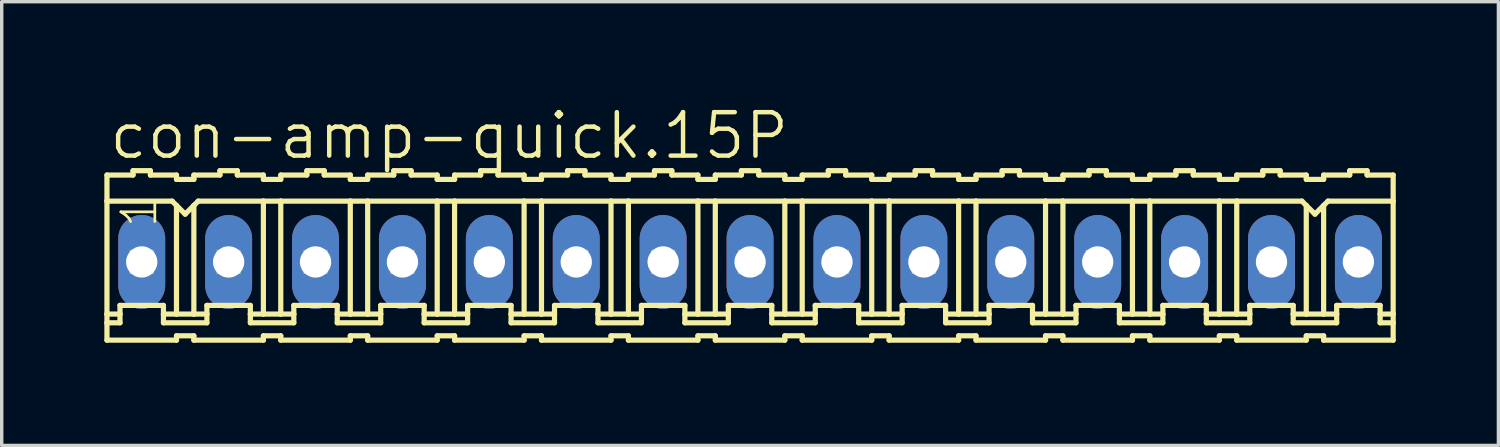
<source format=kicad_pcb>
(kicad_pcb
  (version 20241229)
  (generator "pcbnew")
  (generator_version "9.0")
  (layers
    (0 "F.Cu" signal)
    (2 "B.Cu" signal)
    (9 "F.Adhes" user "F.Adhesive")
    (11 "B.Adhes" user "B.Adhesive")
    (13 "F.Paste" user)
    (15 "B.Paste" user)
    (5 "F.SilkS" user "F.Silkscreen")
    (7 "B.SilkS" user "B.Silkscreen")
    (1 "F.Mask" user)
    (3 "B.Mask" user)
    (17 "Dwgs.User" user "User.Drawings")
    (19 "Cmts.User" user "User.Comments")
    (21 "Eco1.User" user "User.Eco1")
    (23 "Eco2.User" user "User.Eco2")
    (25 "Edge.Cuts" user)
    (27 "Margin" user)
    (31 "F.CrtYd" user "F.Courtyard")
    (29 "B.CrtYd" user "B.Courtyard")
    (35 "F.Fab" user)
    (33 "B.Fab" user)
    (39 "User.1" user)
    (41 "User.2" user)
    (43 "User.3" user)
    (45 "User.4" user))
  (footprint "con-amp-quick.15P"
    (layer "F.Cu")
    (at 18.872 4.606)
    (property "Reference" "con-amp-quick.15P" (at -18.796 -2.946 0) (layer "F.SilkS") (effects (font (size 1.27 1.27) (thickness 0.13)) (justify left bottom)))
    (attr through_hole)
    (fp_line (start -18.796 -2.54) (end -18.796 -1.778) (stroke (width 0.152) (type default)) (layer "F.SilkS"))
    (fp_line (start -18.796 -2.54) (end -18.034 -2.54) (stroke (width 0.152) (type default)) (layer "F.SilkS"))
    (fp_line (start -18.796 -1.778) (end -18.796 1.524) (stroke (width 0.152) (type default)) (layer "F.SilkS"))
    (fp_line (start -18.796 1.524) (end -18.796 1.778) (stroke (width 0.152) (type default)) (layer "F.SilkS"))
    (fp_line (start -18.796 1.778) (end -18.796 2.286) (stroke (width 0.152) (type default)) (layer "F.SilkS"))
    (fp_line (start -18.796 1.778) (end -18.415 1.778) (stroke (width 0.152) (type default)) (layer "F.SilkS"))
    (fp_line (start -18.415 1.27) (end -17.145 1.27) (stroke (width 0.152) (type default)) (layer "F.SilkS"))
    (fp_line (start -18.415 1.524) (end -18.796 1.524) (stroke (width 0.152) (type default)) (layer "F.SilkS"))
    (fp_line (start -18.415 1.524) (end -18.415 1.27) (stroke (width 0.152) (type default)) (layer "F.SilkS"))
    (fp_line (start -18.415 1.778) (end -18.415 1.524) (stroke (width 0.152) (type default)) (layer "F.SilkS"))
    (fp_line (start -18.034 -2.54) (end -18.034 -2.667) (stroke (width 0.152) (type default)) (layer "F.SilkS"))
    (fp_line (start -17.526 -2.667) (end -18.034 -2.667) (stroke (width 0.152) (type default)) (layer "F.SilkS"))
    (fp_line (start -17.526 -2.54) (end -17.526 -2.667) (stroke (width 0.152) (type default)) (layer "F.SilkS"))
    (fp_line (start -17.145 1.524) (end -17.145 1.27) (stroke (width 0.152) (type default)) (layer "F.SilkS"))
    (fp_line (start -17.145 1.524) (end -16.764 1.524) (stroke (width 0.152) (type default)) (layer "F.SilkS"))
    (fp_line (start -17.145 1.778) (end -17.145 1.524) (stroke (width 0.152) (type default)) (layer "F.SilkS"))
    (fp_line (start -16.891 -1.778) (end -18.796 -1.778) (stroke (width 0.152) (type default)) (layer "F.SilkS"))
    (fp_line (start -16.891 -1.778) (end -16.764 -1.651) (stroke (width 0.152) (type default)) (layer "F.SilkS"))
    (fp_line (start -16.764 -2.54) (end -17.526 -2.54) (stroke (width 0.152) (type default)) (layer "F.SilkS"))
    (fp_line (start -16.764 -2.413) (end -16.764 -2.54) (stroke (width 0.152) (type default)) (layer "F.SilkS"))
    (fp_line (start -16.764 -2.413) (end -16.256 -2.413) (stroke (width 0.152) (type default)) (layer "F.SilkS"))
    (fp_line (start -16.764 -1.651) (end -16.764 1.524) (stroke (width 0.152) (type default)) (layer "F.SilkS"))
    (fp_line (start -16.764 -1.651) (end -16.51 -1.397) (stroke (width 0.152) (type default)) (layer "F.SilkS"))
    (fp_line (start -16.764 1.524) (end -16.256 1.524) (stroke (width 0.152) (type default)) (layer "F.SilkS"))
    (fp_line (start -16.764 2.159) (end -16.764 2.286) (stroke (width 0.152) (type default)) (layer "F.SilkS"))
    (fp_line (start -16.764 2.286) (end -18.796 2.286) (stroke (width 0.152) (type default)) (layer "F.SilkS"))
    (fp_line (start -16.51 -1.397) (end -16.256 -1.651) (stroke (width 0.152) (type default)) (layer "F.SilkS"))
    (fp_line (start -16.256 -2.54) (end -15.494 -2.54) (stroke (width 0.152) (type default)) (layer "F.SilkS"))
    (fp_line (start -16.256 -2.413) (end -16.256 -2.54) (stroke (width 0.152) (type default)) (layer "F.SilkS"))
    (fp_line (start -16.256 -1.651) (end -16.256 1.524) (stroke (width 0.152) (type default)) (layer "F.SilkS"))
    (fp_line (start -16.256 -1.651) (end -16.129 -1.778) (stroke (width 0.152) (type default)) (layer "F.SilkS"))
    (fp_line (start -16.256 1.524) (end -15.875 1.524) (stroke (width 0.152) (type default)) (layer "F.SilkS"))
    (fp_line (start -16.256 2.159) (end -16.764 2.159) (stroke (width 0.152) (type default)) (layer "F.SilkS"))
    (fp_line (start -16.256 2.159) (end -16.256 2.286) (stroke (width 0.152) (type default)) (layer "F.SilkS"))
    (fp_line (start -16.256 2.286) (end -14.224 2.286) (stroke (width 0.152) (type default)) (layer "F.SilkS"))
    (fp_line (start -16.129 -1.778) (end -14.224 -1.778) (stroke (width 0.152) (type default)) (layer "F.SilkS"))
    (fp_line (start -15.875 1.27) (end -14.605 1.27) (stroke (width 0.152) (type default)) (layer "F.SilkS"))
    (fp_line (start -15.875 1.524) (end -15.875 1.27) (stroke (width 0.152) (type default)) (layer "F.SilkS"))
    (fp_line (start -15.875 1.778) (end -17.145 1.778) (stroke (width 0.152) (type default)) (layer "F.SilkS"))
    (fp_line (start -15.875 1.778) (end -15.875 1.524) (stroke (width 0.152) (type default)) (layer "F.SilkS"))
    (fp_line (start -15.494 -2.54) (end -15.494 -2.667) (stroke (width 0.152) (type default)) (layer "F.SilkS"))
    (fp_line (start -14.986 -2.667) (end -15.494 -2.667) (stroke (width 0.152) (type default)) (layer "F.SilkS"))
    (fp_line (start -14.986 -2.54) (end -14.986 -2.667) (stroke (width 0.152) (type default)) (layer "F.SilkS"))
    (fp_line (start -14.986 -2.54) (end -14.224 -2.54) (stroke (width 0.152) (type default)) (layer "F.SilkS"))
    (fp_line (start -14.605 1.524) (end -14.605 1.27) (stroke (width 0.152) (type default)) (layer "F.SilkS"))
    (fp_line (start -14.605 1.524) (end -14.224 1.524) (stroke (width 0.152) (type default)) (layer "F.SilkS"))
    (fp_line (start -14.605 1.778) (end -14.605 1.524) (stroke (width 0.152) (type default)) (layer "F.SilkS"))
    (fp_line (start -14.605 1.778) (end -13.335 1.778) (stroke (width 0.152) (type default)) (layer "F.SilkS"))
    (fp_line (start -14.224 -2.413) (end -14.224 -2.54) (stroke (width 0.152) (type default)) (layer "F.SilkS"))
    (fp_line (start -14.224 -1.778) (end -14.224 1.524) (stroke (width 0.152) (type default)) (layer "F.SilkS"))
    (fp_line (start -14.224 -1.778) (end -13.716 -1.778) (stroke (width 0.152) (type default)) (layer "F.SilkS"))
    (fp_line (start -14.224 1.524) (end -13.716 1.524) (stroke (width 0.152) (type default)) (layer "F.SilkS"))
    (fp_line (start -14.224 2.159) (end -14.224 2.286) (stroke (width 0.152) (type default)) (layer "F.SilkS"))
    (fp_line (start -13.716 -2.54) (end -12.954 -2.54) (stroke (width 0.152) (type default)) (layer "F.SilkS"))
    (fp_line (start -13.716 -2.413) (end -14.224 -2.413) (stroke (width 0.152) (type default)) (layer "F.SilkS"))
    (fp_line (start -13.716 -2.413) (end -13.716 -2.54) (stroke (width 0.152) (type default)) (layer "F.SilkS"))
    (fp_line (start -13.716 -1.778) (end -13.716 1.524) (stroke (width 0.152) (type default)) (layer "F.SilkS"))
    (fp_line (start -13.716 -1.778) (end -11.684 -1.778) (stroke (width 0.152) (type default)) (layer "F.SilkS"))
    (fp_line (start -13.716 1.524) (end -13.335 1.524) (stroke (width 0.152) (type default)) (layer "F.SilkS"))
    (fp_line (start -13.716 2.159) (end -14.224 2.159) (stroke (width 0.152) (type default)) (layer "F.SilkS"))
    (fp_line (start -13.716 2.159) (end -13.716 2.286) (stroke (width 0.152) (type default)) (layer "F.SilkS"))
    (fp_line (start -13.335 1.27) (end -12.065 1.27) (stroke (width 0.152) (type default)) (layer "F.SilkS"))
    (fp_line (start -13.335 1.524) (end -13.335 1.27) (stroke (width 0.152) (type default)) (layer "F.SilkS"))
    (fp_line (start -13.335 1.778) (end -13.335 1.524) (stroke (width 0.152) (type default)) (layer "F.SilkS"))
    (fp_line (start -12.954 -2.54) (end -12.954 -2.667) (stroke (width 0.152) (type default)) (layer "F.SilkS"))
    (fp_line (start -12.446 -2.667) (end -12.954 -2.667) (stroke (width 0.152) (type default)) (layer "F.SilkS"))
    (fp_line (start -12.446 -2.54) (end -12.446 -2.667) (stroke (width 0.152) (type default)) (layer "F.SilkS"))
    (fp_line (start -12.446 -2.54) (end -11.684 -2.54) (stroke (width 0.152) (type default)) (layer "F.SilkS"))
    (fp_line (start -12.065 1.524) (end -12.065 1.27) (stroke (width 0.152) (type default)) (layer "F.SilkS"))
    (fp_line (start -12.065 1.524) (end -11.684 1.524) (stroke (width 0.152) (type default)) (layer "F.SilkS"))
    (fp_line (start -12.065 1.778) (end -12.065 1.524) (stroke (width 0.152) (type default)) (layer "F.SilkS"))
    (fp_line (start -11.684 -2.54) (end -11.684 -2.413) (stroke (width 0.152) (type default)) (layer "F.SilkS"))
    (fp_line (start -11.684 -1.778) (end -11.684 1.524) (stroke (width 0.152) (type default)) (layer "F.SilkS"))
    (fp_line (start -11.684 2.159) (end -11.684 2.286) (stroke (width 0.152) (type default)) (layer "F.SilkS"))
    (fp_line (start -11.684 2.286) (end -13.716 2.286) (stroke (width 0.152) (type default)) (layer "F.SilkS"))
    (fp_line (start -11.176 -2.54) (end -11.176 -2.413) (stroke (width 0.152) (type default)) (layer "F.SilkS"))
    (fp_line (start -11.176 -2.54) (end -10.414 -2.54) (stroke (width 0.152) (type default)) (layer "F.SilkS"))
    (fp_line (start -11.176 -2.413) (end -11.684 -2.413) (stroke (width 0.152) (type default)) (layer "F.SilkS"))
    (fp_line (start -11.176 -1.778) (end -11.684 -1.778) (stroke (width 0.152) (type default)) (layer "F.SilkS"))
    (fp_line (start -11.176 -1.778) (end -11.176 1.524) (stroke (width 0.152) (type default)) (layer "F.SilkS"))
    (fp_line (start -11.176 -1.778) (end -9.144 -1.778) (stroke (width 0.152) (type default)) (layer "F.SilkS"))
    (fp_line (start -11.176 1.524) (end -11.684 1.524) (stroke (width 0.152) (type default)) (layer "F.SilkS"))
    (fp_line (start -11.176 2.159) (end -11.684 2.159) (stroke (width 0.152) (type default)) (layer "F.SilkS"))
    (fp_line (start -11.176 2.159) (end -11.176 2.286) (stroke (width 0.152) (type default)) (layer "F.SilkS"))
    (fp_line (start -10.795 1.27) (end -9.525 1.27) (stroke (width 0.152) (type default)) (layer "F.SilkS"))
    (fp_line (start -10.795 1.524) (end -11.176 1.524) (stroke (width 0.152) (type default)) (layer "F.SilkS"))
    (fp_line (start -10.795 1.524) (end -10.795 1.27) (stroke (width 0.152) (type default)) (layer "F.SilkS"))
    (fp_line (start -10.795 1.778) (end -12.065 1.778) (stroke (width 0.152) (type default)) (layer "F.SilkS"))
    (fp_line (start -10.795 1.778) (end -10.795 1.524) (stroke (width 0.152) (type default)) (layer "F.SilkS"))
    (fp_line (start -10.414 -2.54) (end -10.414 -2.667) (stroke (width 0.152) (type default)) (layer "F.SilkS"))
    (fp_line (start -9.906 -2.667) (end -10.414 -2.667) (stroke (width 0.152) (type default)) (layer "F.SilkS"))
    (fp_line (start -9.906 -2.54) (end -9.906 -2.667) (stroke (width 0.152) (type default)) (layer "F.SilkS"))
    (fp_line (start -9.525 1.524) (end -9.525 1.27) (stroke (width 0.152) (type default)) (layer "F.SilkS"))
    (fp_line (start -9.525 1.524) (end -9.144 1.524) (stroke (width 0.152) (type default)) (layer "F.SilkS"))
    (fp_line (start -9.525 1.778) (end -9.525 1.524) (stroke (width 0.152) (type default)) (layer "F.SilkS"))
    (fp_line (start -9.144 -2.54) (end -9.906 -2.54) (stroke (width 0.152) (type default)) (layer "F.SilkS"))
    (fp_line (start -9.144 -2.413) (end -9.144 -2.54) (stroke (width 0.152) (type default)) (layer "F.SilkS"))
    (fp_line (start -9.144 -2.413) (end -8.636 -2.413) (stroke (width 0.152) (type default)) (layer "F.SilkS"))
    (fp_line (start -9.144 -1.778) (end -9.144 1.524) (stroke (width 0.152) (type default)) (layer "F.SilkS"))
    (fp_line (start -9.144 -1.778) (end -8.636 -1.778) (stroke (width 0.152) (type default)) (layer "F.SilkS"))
    (fp_line (start -9.144 1.524) (end -8.636 1.524) (stroke (width 0.152) (type default)) (layer "F.SilkS"))
    (fp_line (start -9.144 2.159) (end -9.144 2.286) (stroke (width 0.152) (type default)) (layer "F.SilkS"))
    (fp_line (start -9.144 2.286) (end -11.176 2.286) (stroke (width 0.152) (type default)) (layer "F.SilkS"))
    (fp_line (start -8.636 -2.54) (end -7.874 -2.54) (stroke (width 0.152) (type default)) (layer "F.SilkS"))
    (fp_line (start -8.636 -2.413) (end -8.636 -2.54) (stroke (width 0.152) (type default)) (layer "F.SilkS"))
    (fp_line (start -8.636 -1.778) (end -8.636 1.524) (stroke (width 0.152) (type default)) (layer "F.SilkS"))
    (fp_line (start -8.636 -1.778) (end -6.604 -1.778) (stroke (width 0.152) (type default)) (layer "F.SilkS"))
    (fp_line (start -8.636 1.524) (end -8.255 1.524) (stroke (width 0.152) (type default)) (layer "F.SilkS"))
    (fp_line (start -8.636 2.159) (end -9.144 2.159) (stroke (width 0.152) (type default)) (layer "F.SilkS"))
    (fp_line (start -8.636 2.159) (end -8.636 2.286) (stroke (width 0.152) (type default)) (layer "F.SilkS"))
    (fp_line (start -8.255 1.27) (end -6.985 1.27) (stroke (width 0.152) (type default)) (layer "F.SilkS"))
    (fp_line (start -8.255 1.524) (end -8.255 1.27) (stroke (width 0.152) (type default)) (layer "F.SilkS"))
    (fp_line (start -8.255 1.778) (end -9.525 1.778) (stroke (width 0.152) (type default)) (layer "F.SilkS"))
    (fp_line (start -8.255 1.778) (end -8.255 1.524) (stroke (width 0.152) (type default)) (layer "F.SilkS"))
    (fp_line (start -7.874 -2.54) (end -7.874 -2.667) (stroke (width 0.152) (type default)) (layer "F.SilkS"))
    (fp_line (start -7.366 -2.667) (end -7.874 -2.667) (stroke (width 0.152) (type default)) (layer "F.SilkS"))
    (fp_line (start -7.366 -2.54) (end -7.366 -2.667) (stroke (width 0.152) (type default)) (layer "F.SilkS"))
    (fp_line (start -6.985 1.524) (end -6.985 1.27) (stroke (width 0.152) (type default)) (layer "F.SilkS"))
    (fp_line (start -6.985 1.524) (end -6.604 1.524) (stroke (width 0.152) (type default)) (layer "F.SilkS"))
    (fp_line (start -6.985 1.778) (end -6.985 1.524) (stroke (width 0.152) (type default)) (layer "F.SilkS"))
    (fp_line (start -6.604 -2.54) (end -7.366 -2.54) (stroke (width 0.152) (type default)) (layer "F.SilkS"))
    (fp_line (start -6.604 -2.413) (end -6.604 -2.54) (stroke (width 0.152) (type default)) (layer "F.SilkS"))
    (fp_line (start -6.604 -2.413) (end -6.096 -2.413) (stroke (width 0.152) (type default)) (layer "F.SilkS"))
    (fp_line (start -6.604 -1.778) (end -6.604 1.524) (stroke (width 0.152) (type default)) (layer "F.SilkS"))
    (fp_line (start -6.604 -1.778) (end -6.096 -1.778) (stroke (width 0.152) (type default)) (layer "F.SilkS"))
    (fp_line (start -6.604 1.524) (end -6.096 1.524) (stroke (width 0.152) (type default)) (layer "F.SilkS"))
    (fp_line (start -6.604 2.159) (end -6.604 2.286) (stroke (width 0.152) (type default)) (layer "F.SilkS"))
    (fp_line (start -6.604 2.286) (end -8.636 2.286) (stroke (width 0.152) (type default)) (layer "F.SilkS"))
    (fp_line (start -6.096 -2.54) (end -5.334 -2.54) (stroke (width 0.152) (type default)) (layer "F.SilkS"))
    (fp_line (start -6.096 -2.413) (end -6.096 -2.54) (stroke (width 0.152) (type default)) (layer "F.SilkS"))
    (fp_line (start -6.096 -1.778) (end -6.096 1.524) (stroke (width 0.152) (type default)) (layer "F.SilkS"))
    (fp_line (start -6.096 -1.778) (end -4.064 -1.778) (stroke (width 0.152) (type default)) (layer "F.SilkS"))
    (fp_line (start -6.096 1.524) (end -5.715 1.524) (stroke (width 0.152) (type default)) (layer "F.SilkS"))
    (fp_line (start -6.096 2.159) (end -6.604 2.159) (stroke (width 0.152) (type default)) (layer "F.SilkS"))
    (fp_line (start -6.096 2.159) (end -6.096 2.286) (stroke (width 0.152) (type default)) (layer "F.SilkS"))
    (fp_line (start -5.715 1.27) (end -4.445 1.27) (stroke (width 0.152) (type default)) (layer "F.SilkS"))
    (fp_line (start -5.715 1.524) (end -5.715 1.27) (stroke (width 0.152) (type default)) (layer "F.SilkS"))
    (fp_line (start -5.715 1.778) (end -6.985 1.778) (stroke (width 0.152) (type default)) (layer "F.SilkS"))
    (fp_line (start -5.715 1.778) (end -5.715 1.524) (stroke (width 0.152) (type default)) (layer "F.SilkS"))
    (fp_line (start -5.334 -2.54) (end -5.334 -2.667) (stroke (width 0.152) (type default)) (layer "F.SilkS"))
    (fp_line (start -4.826 -2.667) (end -5.334 -2.667) (stroke (width 0.152) (type default)) (layer "F.SilkS"))
    (fp_line (start -4.826 -2.54) (end -4.826 -2.667) (stroke (width 0.152) (type default)) (layer "F.SilkS"))
    (fp_line (start -4.445 1.524) (end -4.445 1.27) (stroke (width 0.152) (type default)) (layer "F.SilkS"))
    (fp_line (start -4.445 1.524) (end -4.064 1.524) (stroke (width 0.152) (type default)) (layer "F.SilkS"))
    (fp_line (start -4.445 1.778) (end -4.445 1.524) (stroke (width 0.152) (type default)) (layer "F.SilkS"))
    (fp_line (start -4.064 -2.54) (end -4.826 -2.54) (stroke (width 0.152) (type default)) (layer "F.SilkS"))
    (fp_line (start -4.064 -2.413) (end -4.064 -2.54) (stroke (width 0.152) (type default)) (layer "F.SilkS"))
    (fp_line (start -4.064 -2.413) (end -3.556 -2.413) (stroke (width 0.152) (type default)) (layer "F.SilkS"))
    (fp_line (start -4.064 -1.778) (end -4.064 1.524) (stroke (width 0.152) (type default)) (layer "F.SilkS"))
    (fp_line (start -4.064 -1.778) (end -3.556 -1.778) (stroke (width 0.152) (type default)) (layer "F.SilkS"))
    (fp_line (start -4.064 1.524) (end -3.556 1.524) (stroke (width 0.152) (type default)) (layer "F.SilkS"))
    (fp_line (start -4.064 2.159) (end -4.064 2.286) (stroke (width 0.152) (type default)) (layer "F.SilkS"))
    (fp_line (start -4.064 2.286) (end -6.096 2.286) (stroke (width 0.152) (type default)) (layer "F.SilkS"))
    (fp_line (start -3.556 -2.54) (end -2.794 -2.54) (stroke (width 0.152) (type default)) (layer "F.SilkS"))
    (fp_line (start -3.556 -2.413) (end -3.556 -2.54) (stroke (width 0.152) (type default)) (layer "F.SilkS"))
    (fp_line (start -3.556 -1.778) (end -3.556 1.524) (stroke (width 0.152) (type default)) (layer "F.SilkS"))
    (fp_line (start -3.556 -1.778) (end -1.524 -1.778) (stroke (width 0.152) (type default)) (layer "F.SilkS"))
    (fp_line (start -3.556 1.524) (end -3.175 1.524) (stroke (width 0.152) (type default)) (layer "F.SilkS"))
    (fp_line (start -3.556 2.159) (end -4.064 2.159) (stroke (width 0.152) (type default)) (layer "F.SilkS"))
    (fp_line (start -3.556 2.159) (end -3.556 2.286) (stroke (width 0.152) (type default)) (layer "F.SilkS"))
    (fp_line (start -3.175 1.27) (end -1.905 1.27) (stroke (width 0.152) (type default)) (layer "F.SilkS"))
    (fp_line (start -3.175 1.524) (end -3.175 1.27) (stroke (width 0.152) (type default)) (layer "F.SilkS"))
    (fp_line (start -3.175 1.778) (end -4.445 1.778) (stroke (width 0.152) (type default)) (layer "F.SilkS"))
    (fp_line (start -3.175 1.778) (end -3.175 1.524) (stroke (width 0.152) (type default)) (layer "F.SilkS"))
    (fp_line (start -2.794 -2.54) (end -2.794 -2.667) (stroke (width 0.152) (type default)) (layer "F.SilkS"))
    (fp_line (start -2.286 -2.667) (end -2.794 -2.667) (stroke (width 0.152) (type default)) (layer "F.SilkS"))
    (fp_line (start -2.286 -2.54) (end -2.286 -2.667) (stroke (width 0.152) (type default)) (layer "F.SilkS"))
    (fp_line (start -1.905 1.524) (end -1.905 1.27) (stroke (width 0.152) (type default)) (layer "F.SilkS"))
    (fp_line (start -1.905 1.524) (end -1.524 1.524) (stroke (width 0.152) (type default)) (layer "F.SilkS"))
    (fp_line (start -1.905 1.778) (end -1.905 1.524) (stroke (width 0.152) (type default)) (layer "F.SilkS"))
    (fp_line (start -1.524 -2.54) (end -2.286 -2.54) (stroke (width 0.152) (type default)) (layer "F.SilkS"))
    (fp_line (start -1.524 -2.413) (end -1.524 -2.54) (stroke (width 0.152) (type default)) (layer "F.SilkS"))
    (fp_line (start -1.524 -2.413) (end -1.016 -2.413) (stroke (width 0.152) (type default)) (layer "F.SilkS"))
    (fp_line (start -1.524 -1.778) (end -1.524 1.524) (stroke (width 0.152) (type default)) (layer "F.SilkS"))
    (fp_line (start -1.524 -1.778) (end -1.016 -1.778) (stroke (width 0.152) (type default)) (layer "F.SilkS"))
    (fp_line (start -1.524 1.524) (end -1.016 1.524) (stroke (width 0.152) (type default)) (layer "F.SilkS"))
    (fp_line (start -1.524 2.159) (end -1.524 2.286) (stroke (width 0.152) (type default)) (layer "F.SilkS"))
    (fp_line (start -1.524 2.286) (end -3.556 2.286) (stroke (width 0.152) (type default)) (layer "F.SilkS"))
    (fp_line (start -1.016 -2.54) (end -0.254 -2.54) (stroke (width 0.152) (type default)) (layer "F.SilkS"))
    (fp_line (start -1.016 -2.413) (end -1.016 -2.54) (stroke (width 0.152) (type default)) (layer "F.SilkS"))
    (fp_line (start -1.016 -1.778) (end -1.016 1.524) (stroke (width 0.152) (type default)) (layer "F.SilkS"))
    (fp_line (start -1.016 -1.778) (end 1.016 -1.778) (stroke (width 0.152) (type default)) (layer "F.SilkS"))
    (fp_line (start -1.016 1.524) (end -0.635 1.524) (stroke (width 0.152) (type default)) (layer "F.SilkS"))
    (fp_line (start -1.016 2.159) (end -1.524 2.159) (stroke (width 0.152) (type default)) (layer "F.SilkS"))
    (fp_line (start -1.016 2.159) (end -1.016 2.286) (stroke (width 0.152) (type default)) (layer "F.SilkS"))
    (fp_line (start -0.635 1.27) (end 0.635 1.27) (stroke (width 0.152) (type default)) (layer "F.SilkS"))
    (fp_line (start -0.635 1.524) (end -0.635 1.27) (stroke (width 0.152) (type default)) (layer "F.SilkS"))
    (fp_line (start -0.635 1.778) (end -1.905 1.778) (stroke (width 0.152) (type default)) (layer "F.SilkS"))
    (fp_line (start -0.635 1.778) (end -0.635 1.524) (stroke (width 0.152) (type default)) (layer "F.SilkS"))
    (fp_line (start -0.254 -2.54) (end -0.254 -2.667) (stroke (width 0.152) (type default)) (layer "F.SilkS"))
    (fp_line (start 0.254 -2.667) (end -0.254 -2.667) (stroke (width 0.152) (type default)) (layer "F.SilkS"))
    (fp_line (start 0.254 -2.54) (end 0.254 -2.667) (stroke (width 0.152) (type default)) (layer "F.SilkS"))
    (fp_line (start 0.635 1.524) (end 0.635 1.27) (stroke (width 0.152) (type default)) (layer "F.SilkS"))
    (fp_line (start 0.635 1.524) (end 1.016 1.524) (stroke (width 0.152) (type default)) (layer "F.SilkS"))
    (fp_line (start 0.635 1.778) (end 0.635 1.524) (stroke (width 0.152) (type default)) (layer "F.SilkS"))
    (fp_line (start 1.016 -2.54) (end 0.254 -2.54) (stroke (width 0.152) (type default)) (layer "F.SilkS"))
    (fp_line (start 1.016 -2.413) (end 1.016 -2.54) (stroke (width 0.152) (type default)) (layer "F.SilkS"))
    (fp_line (start 1.016 -2.413) (end 1.524 -2.413) (stroke (width 0.152) (type default)) (layer "F.SilkS"))
    (fp_line (start 1.016 -1.778) (end 1.016 1.524) (stroke (width 0.152) (type default)) (layer "F.SilkS"))
    (fp_line (start 1.016 -1.778) (end 1.524 -1.778) (stroke (width 0.152) (type default)) (layer "F.SilkS"))
    (fp_line (start 1.016 1.524) (end 1.524 1.524) (stroke (width 0.152) (type default)) (layer "F.SilkS"))
    (fp_line (start 1.016 2.159) (end 1.016 2.286) (stroke (width 0.152) (type default)) (layer "F.SilkS"))
    (fp_line (start 1.016 2.286) (end -1.016 2.286) (stroke (width 0.152) (type default)) (layer "F.SilkS"))
    (fp_line (start 1.524 -2.54) (end 2.286 -2.54) (stroke (width 0.152) (type default)) (layer "F.SilkS"))
    (fp_line (start 1.524 -2.413) (end 1.524 -2.54) (stroke (width 0.152) (type default)) (layer "F.SilkS"))
    (fp_line (start 1.524 -1.778) (end 1.524 1.524) (stroke (width 0.152) (type default)) (layer "F.SilkS"))
    (fp_line (start 1.524 -1.778) (end 3.556 -1.778) (stroke (width 0.152) (type default)) (layer "F.SilkS"))
    (fp_line (start 1.524 1.524) (end 1.905 1.524) (stroke (width 0.152) (type default)) (layer "F.SilkS"))
    (fp_line (start 1.524 2.159) (end 1.016 2.159) (stroke (width 0.152) (type default)) (layer "F.SilkS"))
    (fp_line (start 1.524 2.159) (end 1.524 2.286) (stroke (width 0.152) (type default)) (layer "F.SilkS"))
    (fp_line (start 1.905 1.27) (end 3.175 1.27) (stroke (width 0.152) (type default)) (layer "F.SilkS"))
    (fp_line (start 1.905 1.524) (end 1.905 1.27) (stroke (width 0.152) (type default)) (layer "F.SilkS"))
    (fp_line (start 1.905 1.778) (end 0.635 1.778) (stroke (width 0.152) (type default)) (layer "F.SilkS"))
    (fp_line (start 1.905 1.778) (end 1.905 1.524) (stroke (width 0.152) (type default)) (layer "F.SilkS"))
    (fp_line (start 2.286 -2.54) (end 2.286 -2.667) (stroke (width 0.152) (type default)) (layer "F.SilkS"))
    (fp_line (start 2.794 -2.667) (end 2.286 -2.667) (stroke (width 0.152) (type default)) (layer "F.SilkS"))
    (fp_line (start 2.794 -2.54) (end 2.794 -2.667) (stroke (width 0.152) (type default)) (layer "F.SilkS"))
    (fp_line (start 3.175 1.524) (end 3.175 1.27) (stroke (width 0.152) (type default)) (layer "F.SilkS"))
    (fp_line (start 3.175 1.524) (end 3.556 1.524) (stroke (width 0.152) (type default)) (layer "F.SilkS"))
    (fp_line (start 3.175 1.778) (end 3.175 1.524) (stroke (width 0.152) (type default)) (layer "F.SilkS"))
    (fp_line (start 3.556 -2.54) (end 2.794 -2.54) (stroke (width 0.152) (type default)) (layer "F.SilkS"))
    (fp_line (start 3.556 -2.413) (end 3.556 -2.54) (stroke (width 0.152) (type default)) (layer "F.SilkS"))
    (fp_line (start 3.556 -2.413) (end 4.064 -2.413) (stroke (width 0.152) (type default)) (layer "F.SilkS"))
    (fp_line (start 3.556 -1.778) (end 3.556 1.524) (stroke (width 0.152) (type default)) (layer "F.SilkS"))
    (fp_line (start 3.556 -1.778) (end 4.064 -1.778) (stroke (width 0.152) (type default)) (layer "F.SilkS"))
    (fp_line (start 3.556 1.524) (end 4.064 1.524) (stroke (width 0.152) (type default)) (layer "F.SilkS"))
    (fp_line (start 3.556 2.159) (end 3.556 2.286) (stroke (width 0.152) (type default)) (layer "F.SilkS"))
    (fp_line (start 3.556 2.286) (end 1.524 2.286) (stroke (width 0.152) (type default)) (layer "F.SilkS"))
    (fp_line (start 4.064 -2.54) (end 4.826 -2.54) (stroke (width 0.152) (type default)) (layer "F.SilkS"))
    (fp_line (start 4.064 -2.413) (end 4.064 -2.54) (stroke (width 0.152) (type default)) (layer "F.SilkS"))
    (fp_line (start 4.064 -1.778) (end 4.064 1.524) (stroke (width 0.152) (type default)) (layer "F.SilkS"))
    (fp_line (start 4.064 -1.778) (end 6.096 -1.778) (stroke (width 0.152) (type default)) (layer "F.SilkS"))
    (fp_line (start 4.064 1.524) (end 4.445 1.524) (stroke (width 0.152) (type default)) (layer "F.SilkS"))
    (fp_line (start 4.064 2.159) (end 3.556 2.159) (stroke (width 0.152) (type default)) (layer "F.SilkS"))
    (fp_line (start 4.064 2.159) (end 4.064 2.286) (stroke (width 0.152) (type default)) (layer "F.SilkS"))
    (fp_line (start 4.445 1.27) (end 5.715 1.27) (stroke (width 0.152) (type default)) (layer "F.SilkS"))
    (fp_line (start 4.445 1.524) (end 4.445 1.27) (stroke (width 0.152) (type default)) (layer "F.SilkS"))
    (fp_line (start 4.445 1.778) (end 3.175 1.778) (stroke (width 0.152) (type default)) (layer "F.SilkS"))
    (fp_line (start 4.445 1.778) (end 4.445 1.524) (stroke (width 0.152) (type default)) (layer "F.SilkS"))
    (fp_line (start 4.826 -2.54) (end 4.826 -2.667) (stroke (width 0.152) (type default)) (layer "F.SilkS"))
    (fp_line (start 5.334 -2.667) (end 4.826 -2.667) (stroke (width 0.152) (type default)) (layer "F.SilkS"))
    (fp_line (start 5.334 -2.54) (end 5.334 -2.667) (stroke (width 0.152) (type default)) (layer "F.SilkS"))
    (fp_line (start 5.715 1.524) (end 5.715 1.27) (stroke (width 0.152) (type default)) (layer "F.SilkS"))
    (fp_line (start 5.715 1.524) (end 6.096 1.524) (stroke (width 0.152) (type default)) (layer "F.SilkS"))
    (fp_line (start 5.715 1.778) (end 5.715 1.524) (stroke (width 0.152) (type default)) (layer "F.SilkS"))
    (fp_line (start 6.096 -2.54) (end 5.334 -2.54) (stroke (width 0.152) (type default)) (layer "F.SilkS"))
    (fp_line (start 6.096 -2.413) (end 6.096 -2.54) (stroke (width 0.152) (type default)) (layer "F.SilkS"))
    (fp_line (start 6.096 -2.413) (end 6.604 -2.413) (stroke (width 0.152) (type default)) (layer "F.SilkS"))
    (fp_line (start 6.096 -1.778) (end 6.096 1.524) (stroke (width 0.152) (type default)) (layer "F.SilkS"))
    (fp_line (start 6.096 -1.778) (end 6.604 -1.778) (stroke (width 0.152) (type default)) (layer "F.SilkS"))
    (fp_line (start 6.096 1.524) (end 6.604 1.524) (stroke (width 0.152) (type default)) (layer "F.SilkS"))
    (fp_line (start 6.096 2.159) (end 6.096 2.286) (stroke (width 0.152) (type default)) (layer "F.SilkS"))
    (fp_line (start 6.096 2.286) (end 4.064 2.286) (stroke (width 0.152) (type default)) (layer "F.SilkS"))
    (fp_line (start 6.604 -2.54) (end 7.366 -2.54) (stroke (width 0.152) (type default)) (layer "F.SilkS"))
    (fp_line (start 6.604 -2.413) (end 6.604 -2.54) (stroke (width 0.152) (type default)) (layer "F.SilkS"))
    (fp_line (start 6.604 -1.778) (end 6.604 1.524) (stroke (width 0.152) (type default)) (layer "F.SilkS"))
    (fp_line (start 6.604 -1.778) (end 8.636 -1.778) (stroke (width 0.152) (type default)) (layer "F.SilkS"))
    (fp_line (start 6.604 1.524) (end 6.985 1.524) (stroke (width 0.152) (type default)) (layer "F.SilkS"))
    (fp_line (start 6.604 2.159) (end 6.096 2.159) (stroke (width 0.152) (type default)) (layer "F.SilkS"))
    (fp_line (start 6.604 2.159) (end 6.604 2.286) (stroke (width 0.152) (type default)) (layer "F.SilkS"))
    (fp_line (start 6.985 1.27) (end 8.255 1.27) (stroke (width 0.152) (type default)) (layer "F.SilkS"))
    (fp_line (start 6.985 1.524) (end 6.985 1.27) (stroke (width 0.152) (type default)) (layer "F.SilkS"))
    (fp_line (start 6.985 1.778) (end 5.715 1.778) (stroke (width 0.152) (type default)) (layer "F.SilkS"))
    (fp_line (start 6.985 1.778) (end 6.985 1.524) (stroke (width 0.152) (type default)) (layer "F.SilkS"))
    (fp_line (start 7.366 -2.54) (end 7.366 -2.667) (stroke (width 0.152) (type default)) (layer "F.SilkS"))
    (fp_line (start 7.874 -2.667) (end 7.366 -2.667) (stroke (width 0.152) (type default)) (layer "F.SilkS"))
    (fp_line (start 7.874 -2.54) (end 7.874 -2.667) (stroke (width 0.152) (type default)) (layer "F.SilkS"))
    (fp_line (start 8.255 1.524) (end 8.255 1.27) (stroke (width 0.152) (type default)) (layer "F.SilkS"))
    (fp_line (start 8.255 1.524) (end 8.636 1.524) (stroke (width 0.152) (type default)) (layer "F.SilkS"))
    (fp_line (start 8.255 1.778) (end 8.255 1.524) (stroke (width 0.152) (type default)) (layer "F.SilkS"))
    (fp_line (start 8.636 -2.54) (end 7.874 -2.54) (stroke (width 0.152) (type default)) (layer "F.SilkS"))
    (fp_line (start 8.636 -2.413) (end 8.636 -2.54) (stroke (width 0.152) (type default)) (layer "F.SilkS"))
    (fp_line (start 8.636 -2.413) (end 9.144 -2.413) (stroke (width 0.152) (type default)) (layer "F.SilkS"))
    (fp_line (start 8.636 -1.778) (end 8.636 1.524) (stroke (width 0.152) (type default)) (layer "F.SilkS"))
    (fp_line (start 8.636 -1.778) (end 9.144 -1.778) (stroke (width 0.152) (type default)) (layer "F.SilkS"))
    (fp_line (start 8.636 1.524) (end 9.144 1.524) (stroke (width 0.152) (type default)) (layer "F.SilkS"))
    (fp_line (start 8.636 2.159) (end 8.636 2.286) (stroke (width 0.152) (type default)) (layer "F.SilkS"))
    (fp_line (start 8.636 2.286) (end 6.604 2.286) (stroke (width 0.152) (type default)) (layer "F.SilkS"))
    (fp_line (start 9.144 -2.54) (end 9.906 -2.54) (stroke (width 0.152) (type default)) (layer "F.SilkS"))
    (fp_line (start 9.144 -2.413) (end 9.144 -2.54) (stroke (width 0.152) (type default)) (layer "F.SilkS"))
    (fp_line (start 9.144 -1.778) (end 9.144 1.524) (stroke (width 0.152) (type default)) (layer "F.SilkS"))
    (fp_line (start 9.144 -1.778) (end 11.176 -1.778) (stroke (width 0.152) (type default)) (layer "F.SilkS"))
    (fp_line (start 9.144 1.524) (end 9.525 1.524) (stroke (width 0.152) (type default)) (layer "F.SilkS"))
    (fp_line (start 9.144 2.159) (end 8.636 2.159) (stroke (width 0.152) (type default)) (layer "F.SilkS"))
    (fp_line (start 9.144 2.159) (end 9.144 2.286) (stroke (width 0.152) (type default)) (layer "F.SilkS"))
    (fp_line (start 9.525 1.27) (end 10.795 1.27) (stroke (width 0.152) (type default)) (layer "F.SilkS"))
    (fp_line (start 9.525 1.524) (end 9.525 1.27) (stroke (width 0.152) (type default)) (layer "F.SilkS"))
    (fp_line (start 9.525 1.778) (end 8.255 1.778) (stroke (width 0.152) (type default)) (layer "F.SilkS"))
    (fp_line (start 9.525 1.778) (end 9.525 1.524) (stroke (width 0.152) (type default)) (layer "F.SilkS"))
    (fp_line (start 9.906 -2.54) (end 9.906 -2.667) (stroke (width 0.152) (type default)) (layer "F.SilkS"))
    (fp_line (start 10.414 -2.667) (end 9.906 -2.667) (stroke (width 0.152) (type default)) (layer "F.SilkS"))
    (fp_line (start 10.414 -2.54) (end 10.414 -2.667) (stroke (width 0.152) (type default)) (layer "F.SilkS"))
    (fp_line (start 10.795 1.524) (end 10.795 1.27) (stroke (width 0.152) (type default)) (layer "F.SilkS"))
    (fp_line (start 10.795 1.524) (end 11.176 1.524) (stroke (width 0.152) (type default)) (layer "F.SilkS"))
    (fp_line (start 10.795 1.778) (end 10.795 1.524) (stroke (width 0.152) (type default)) (layer "F.SilkS"))
    (fp_line (start 11.176 -2.54) (end 10.414 -2.54) (stroke (width 0.152) (type default)) (layer "F.SilkS"))
    (fp_line (start 11.176 -2.413) (end 11.176 -2.54) (stroke (width 0.152) (type default)) (layer "F.SilkS"))
    (fp_line (start 11.176 -2.413) (end 11.684 -2.413) (stroke (width 0.152) (type default)) (layer "F.SilkS"))
    (fp_line (start 11.176 -1.778) (end 11.176 1.524) (stroke (width 0.152) (type default)) (layer "F.SilkS"))
    (fp_line (start 11.176 -1.778) (end 11.684 -1.778) (stroke (width 0.152) (type default)) (layer "F.SilkS"))
    (fp_line (start 11.176 1.524) (end 11.684 1.524) (stroke (width 0.152) (type default)) (layer "F.SilkS"))
    (fp_line (start 11.176 2.159) (end 11.176 2.286) (stroke (width 0.152) (type default)) (layer "F.SilkS"))
    (fp_line (start 11.176 2.286) (end 9.144 2.286) (stroke (width 0.152) (type default)) (layer "F.SilkS"))
    (fp_line (start 11.684 -2.54) (end 12.446 -2.54) (stroke (width 0.152) (type default)) (layer "F.SilkS"))
    (fp_line (start 11.684 -2.413) (end 11.684 -2.54) (stroke (width 0.152) (type default)) (layer "F.SilkS"))
    (fp_line (start 11.684 -1.778) (end 11.684 1.524) (stroke (width 0.152) (type default)) (layer "F.SilkS"))
    (fp_line (start 11.684 -1.778) (end 13.716 -1.778) (stroke (width 0.152) (type default)) (layer "F.SilkS"))
    (fp_line (start 11.684 1.524) (end 12.065 1.524) (stroke (width 0.152) (type default)) (layer "F.SilkS"))
    (fp_line (start 11.684 2.159) (end 11.176 2.159) (stroke (width 0.152) (type default)) (layer "F.SilkS"))
    (fp_line (start 11.684 2.159) (end 11.684 2.286) (stroke (width 0.152) (type default)) (layer "F.SilkS"))
    (fp_line (start 12.065 1.27) (end 13.335 1.27) (stroke (width 0.152) (type default)) (layer "F.SilkS"))
    (fp_line (start 12.065 1.524) (end 12.065 1.27) (stroke (width 0.152) (type default)) (layer "F.SilkS"))
    (fp_line (start 12.065 1.778) (end 10.795 1.778) (stroke (width 0.152) (type default)) (layer "F.SilkS"))
    (fp_line (start 12.065 1.778) (end 12.065 1.524) (stroke (width 0.152) (type default)) (layer "F.SilkS"))
    (fp_line (start 12.446 -2.54) (end 12.446 -2.667) (stroke (width 0.152) (type default)) (layer "F.SilkS"))
    (fp_line (start 12.954 -2.667) (end 12.446 -2.667) (stroke (width 0.152) (type default)) (layer "F.SilkS"))
    (fp_line (start 12.954 -2.54) (end 12.954 -2.667) (stroke (width 0.152) (type default)) (layer "F.SilkS"))
    (fp_line (start 13.335 1.524) (end 13.335 1.27) (stroke (width 0.152) (type default)) (layer "F.SilkS"))
    (fp_line (start 13.335 1.524) (end 13.716 1.524) (stroke (width 0.152) (type default)) (layer "F.SilkS"))
    (fp_line (start 13.335 1.778) (end 13.335 1.524) (stroke (width 0.152) (type default)) (layer "F.SilkS"))
    (fp_line (start 13.716 -2.54) (end 12.954 -2.54) (stroke (width 0.152) (type default)) (layer "F.SilkS"))
    (fp_line (start 13.716 -2.413) (end 13.716 -2.54) (stroke (width 0.152) (type default)) (layer "F.SilkS"))
    (fp_line (start 13.716 -2.413) (end 14.224 -2.413) (stroke (width 0.152) (type default)) (layer "F.SilkS"))
    (fp_line (start 13.716 -1.778) (end 13.716 1.524) (stroke (width 0.152) (type default)) (layer "F.SilkS"))
    (fp_line (start 13.716 -1.778) (end 14.224 -1.778) (stroke (width 0.152) (type default)) (layer "F.SilkS"))
    (fp_line (start 13.716 1.524) (end 14.224 1.524) (stroke (width 0.152) (type default)) (layer "F.SilkS"))
    (fp_line (start 13.716 2.159) (end 13.716 2.286) (stroke (width 0.152) (type default)) (layer "F.SilkS"))
    (fp_line (start 13.716 2.286) (end 11.684 2.286) (stroke (width 0.152) (type default)) (layer "F.SilkS"))
    (fp_line (start 14.224 -2.54) (end 14.986 -2.54) (stroke (width 0.152) (type default)) (layer "F.SilkS"))
    (fp_line (start 14.224 -2.413) (end 14.224 -2.54) (stroke (width 0.152) (type default)) (layer "F.SilkS"))
    (fp_line (start 14.224 -1.778) (end 14.224 1.524) (stroke (width 0.152) (type default)) (layer "F.SilkS"))
    (fp_line (start 14.224 -1.778) (end 16.129 -1.778) (stroke (width 0.152) (type default)) (layer "F.SilkS"))
    (fp_line (start 14.224 1.524) (end 14.605 1.524) (stroke (width 0.152) (type default)) (layer "F.SilkS"))
    (fp_line (start 14.224 2.159) (end 13.716 2.159) (stroke (width 0.152) (type default)) (layer "F.SilkS"))
    (fp_line (start 14.224 2.159) (end 14.224 2.286) (stroke (width 0.152) (type default)) (layer "F.SilkS"))
    (fp_line (start 14.605 1.27) (end 15.875 1.27) (stroke (width 0.152) (type default)) (layer "F.SilkS"))
    (fp_line (start 14.605 1.524) (end 14.605 1.27) (stroke (width 0.152) (type default)) (layer "F.SilkS"))
    (fp_line (start 14.605 1.778) (end 13.335 1.778) (stroke (width 0.152) (type default)) (layer "F.SilkS"))
    (fp_line (start 14.605 1.778) (end 14.605 1.524) (stroke (width 0.152) (type default)) (layer "F.SilkS"))
    (fp_line (start 14.986 -2.54) (end 14.986 -2.667) (stroke (width 0.152) (type default)) (layer "F.SilkS"))
    (fp_line (start 15.494 -2.667) (end 14.986 -2.667) (stroke (width 0.152) (type default)) (layer "F.SilkS"))
    (fp_line (start 15.494 -2.54) (end 15.494 -2.667) (stroke (width 0.152) (type default)) (layer "F.SilkS"))
    (fp_line (start 15.494 -2.54) (end 16.256 -2.54) (stroke (width 0.152) (type default)) (layer "F.SilkS"))
    (fp_line (start 15.875 1.524) (end 15.875 1.27) (stroke (width 0.152) (type default)) (layer "F.SilkS"))
    (fp_line (start 15.875 1.524) (end 16.256 1.524) (stroke (width 0.152) (type default)) (layer "F.SilkS"))
    (fp_line (start 15.875 1.778) (end 15.875 1.524) (stroke (width 0.152) (type default)) (layer "F.SilkS"))
    (fp_line (start 15.875 1.778) (end 17.145 1.778) (stroke (width 0.152) (type default)) (layer "F.SilkS"))
    (fp_line (start 16.129 -1.778) (end 16.256 -1.651) (stroke (width 0.152) (type default)) (layer "F.SilkS"))
    (fp_line (start 16.256 -2.413) (end 16.256 -2.54) (stroke (width 0.152) (type default)) (layer "F.SilkS"))
    (fp_line (start 16.256 -1.651) (end 16.256 1.524) (stroke (width 0.152) (type default)) (layer "F.SilkS"))
    (fp_line (start 16.256 -1.651) (end 16.51 -1.397) (stroke (width 0.152) (type default)) (layer "F.SilkS"))
    (fp_line (start 16.256 1.524) (end 16.764 1.524) (stroke (width 0.152) (type default)) (layer "F.SilkS"))
    (fp_line (start 16.256 2.159) (end 16.256 2.286) (stroke (width 0.152) (type default)) (layer "F.SilkS"))
    (fp_line (start 16.256 2.286) (end 14.224 2.286) (stroke (width 0.152) (type default)) (layer "F.SilkS"))
    (fp_line (start 16.51 -1.397) (end 16.764 -1.651) (stroke (width 0.152) (type default)) (layer "F.SilkS"))
    (fp_line (start 16.764 -2.54) (end 17.526 -2.54) (stroke (width 0.152) (type default)) (layer "F.SilkS"))
    (fp_line (start 16.764 -2.413) (end 16.256 -2.413) (stroke (width 0.152) (type default)) (layer "F.SilkS"))
    (fp_line (start 16.764 -2.413) (end 16.764 -2.54) (stroke (width 0.152) (type default)) (layer "F.SilkS"))
    (fp_line (start 16.764 -1.651) (end 16.764 1.524) (stroke (width 0.152) (type default)) (layer "F.SilkS"))
    (fp_line (start 16.764 -1.651) (end 16.891 -1.778) (stroke (width 0.152) (type default)) (layer "F.SilkS"))
    (fp_line (start 16.764 1.524) (end 17.145 1.524) (stroke (width 0.152) (type default)) (layer "F.SilkS"))
    (fp_line (start 16.764 2.159) (end 16.256 2.159) (stroke (width 0.152) (type default)) (layer "F.SilkS"))
    (fp_line (start 16.764 2.159) (end 16.764 2.286) (stroke (width 0.152) (type default)) (layer "F.SilkS"))
    (fp_line (start 16.891 -1.778) (end 18.796 -1.778) (stroke (width 0.152) (type default)) (layer "F.SilkS"))
    (fp_line (start 17.145 1.27) (end 18.415 1.27) (stroke (width 0.152) (type default)) (layer "F.SilkS"))
    (fp_line (start 17.145 1.524) (end 17.145 1.27) (stroke (width 0.152) (type default)) (layer "F.SilkS"))
    (fp_line (start 17.145 1.778) (end 17.145 1.524) (stroke (width 0.152) (type default)) (layer "F.SilkS"))
    (fp_line (start 17.526 -2.54) (end 17.526 -2.667) (stroke (width 0.152) (type default)) (layer "F.SilkS"))
    (fp_line (start 18.034 -2.667) (end 17.526 -2.667) (stroke (width 0.152) (type default)) (layer "F.SilkS"))
    (fp_line (start 18.034 -2.54) (end 18.034 -2.667) (stroke (width 0.152) (type default)) (layer "F.SilkS"))
    (fp_line (start 18.034 -2.54) (end 18.796 -2.54) (stroke (width 0.152) (type default)) (layer "F.SilkS"))
    (fp_line (start 18.415 1.524) (end 18.415 1.27) (stroke (width 0.152) (type default)) (layer "F.SilkS"))
    (fp_line (start 18.415 1.524) (end 18.796 1.524) (stroke (width 0.152) (type default)) (layer "F.SilkS"))
    (fp_line (start 18.415 1.778) (end 18.415 1.524) (stroke (width 0.152) (type default)) (layer "F.SilkS"))
    (fp_line (start 18.796 -1.778) (end 18.796 -2.54) (stroke (width 0.152) (type default)) (layer "F.SilkS"))
    (fp_line (start 18.796 -1.778) (end 18.796 1.524) (stroke (width 0.152) (type default)) (layer "F.SilkS"))
    (fp_line (start 18.796 1.524) (end 18.796 1.778) (stroke (width 0.152) (type default)) (layer "F.SilkS"))
    (fp_line (start 18.796 1.778) (end 18.415 1.778) (stroke (width 0.152) (type default)) (layer "F.SilkS"))
    (fp_line (start 18.796 1.778) (end 18.796 2.286) (stroke (width 0.152) (type default)) (layer "F.SilkS"))
    (fp_line (start 18.796 2.286) (end 16.764 2.286) (stroke (width 0.152) (type default)) (layer "F.SilkS"))
    (fp_rect (start -18.11 0.33) (end -17.45 -0.33) (stroke (width 0.05) (type default)) (fill no) (layer "F.Fab"))
    (fp_rect (start -15.57 0.33) (end -14.91 -0.33) (stroke (width 0.05) (type default)) (fill no) (layer "F.Fab"))
    (fp_rect (start -13.03 0.33) (end -12.37 -0.33) (stroke (width 0.05) (type default)) (fill no) (layer "F.Fab"))
    (fp_rect (start -10.49 0.33) (end -9.83 -0.33) (stroke (width 0.05) (type default)) (fill no) (layer "F.Fab"))
    (fp_rect (start -7.95 0.33) (end -7.29 -0.33) (stroke (width 0.05) (type default)) (fill no) (layer "F.Fab"))
    (fp_rect (start -5.41 0.33) (end -4.75 -0.33) (stroke (width 0.05) (type default)) (fill no) (layer "F.Fab"))
    (fp_rect (start -2.87 0.33) (end -2.21 -0.33) (stroke (width 0.05) (type default)) (fill no) (layer "F.Fab"))
    (fp_rect (start -0.33 0.33) (end 0.33 -0.33) (stroke (width 0.05) (type default)) (fill no) (layer "F.Fab"))
    (fp_rect (start 2.21 0.33) (end 2.87 -0.33) (stroke (width 0.05) (type default)) (fill no) (layer "F.Fab"))
    (fp_rect (start 4.75 0.33) (end 5.41 -0.33) (stroke (width 0.05) (type default)) (fill no) (layer "F.Fab"))
    (fp_rect (start 7.29 0.33) (end 7.95 -0.33) (stroke (width 0.05) (type default)) (fill no) (layer "F.Fab"))
    (fp_rect (start 9.83 0.33) (end 10.49 -0.33) (stroke (width 0.05) (type default)) (fill no) (layer "F.Fab"))
    (fp_rect (start 12.37 0.33) (end 13.03 -0.33) (stroke (width 0.05) (type default)) (fill no) (layer "F.Fab"))
    (fp_rect (start 14.91 0.33) (end 15.57 -0.33) (stroke (width 0.05) (type default)) (fill no) (layer "F.Fab"))
    (fp_rect (start 17.45 0.33) (end 18.11 -0.33) (stroke (width 0.05) (type default)) (fill no) (layer "F.Fab"))
    (fp_text user "1" (at -17.272 -0.94 90) (layer "F.SilkS") (effects (font (size 0.991 0.991) (thickness 0.08)) (justify left bottom)))
    (pad "1" thru_hole oval (at -17.78 0 90) (size 2.743 1.372) (drill 0.914) (layers "*.Cu" "*.Mask"))
    (pad "2" thru_hole oval (at -15.24 0 90) (size 2.743 1.372) (drill 0.914) (layers "*.Cu" "*.Mask"))
    (pad "3" thru_hole oval (at -12.7 0 90) (size 2.743 1.372) (drill 0.914) (layers "*.Cu" "*.Mask"))
    (pad "4" thru_hole oval (at -10.16 0 90) (size 2.743 1.372) (drill 0.914) (layers "*.Cu" "*.Mask"))
    (pad "5" thru_hole oval (at -7.62 0 90) (size 2.743 1.372) (drill 0.914) (layers "*.Cu" "*.Mask"))
    (pad "6" thru_hole oval (at -5.08 0 90) (size 2.743 1.372) (drill 0.914) (layers "*.Cu" "*.Mask"))
    (pad "7" thru_hole oval (at -2.54 0 90) (size 2.743 1.372) (drill 0.914) (layers "*.Cu" "*.Mask"))
    (pad "8" thru_hole oval (at 0 0 90) (size 2.743 1.372) (drill 0.914) (layers "*.Cu" "*.Mask"))
    (pad "9" thru_hole oval (at 2.54 0 90) (size 2.743 1.372) (drill 0.914) (layers "*.Cu" "*.Mask"))
    (pad "10" thru_hole oval (at 5.08 0 90) (size 2.743 1.372) (drill 0.914) (layers "*.Cu" "*.Mask"))
    (pad "11" thru_hole oval (at 7.62 0 90) (size 2.743 1.372) (drill 0.914) (layers "*.Cu" "*.Mask"))
    (pad "12" thru_hole oval (at 10.16 0 90) (size 2.743 1.372) (drill 0.914) (layers "*.Cu" "*.Mask"))
    (pad "13" thru_hole oval (at 12.7 0 90) (size 2.743 1.372) (drill 0.914) (layers "*.Cu" "*.Mask"))
    (pad "14" thru_hole oval (at 15.24 0 90) (size 2.743 1.372) (drill 0.914) (layers "*.Cu" "*.Mask"))
    (pad "15" thru_hole oval (at 17.78 0 90) (size 2.743 1.372) (drill 0.914) (layers "*.Cu" "*.Mask")))
  (gr_rect
    (start -3 -3)
    (end 40.744 9.969)
    (stroke (width 0.1) (type default))
    (fill no)
    (layer "Edge.Cuts")))
</source>
